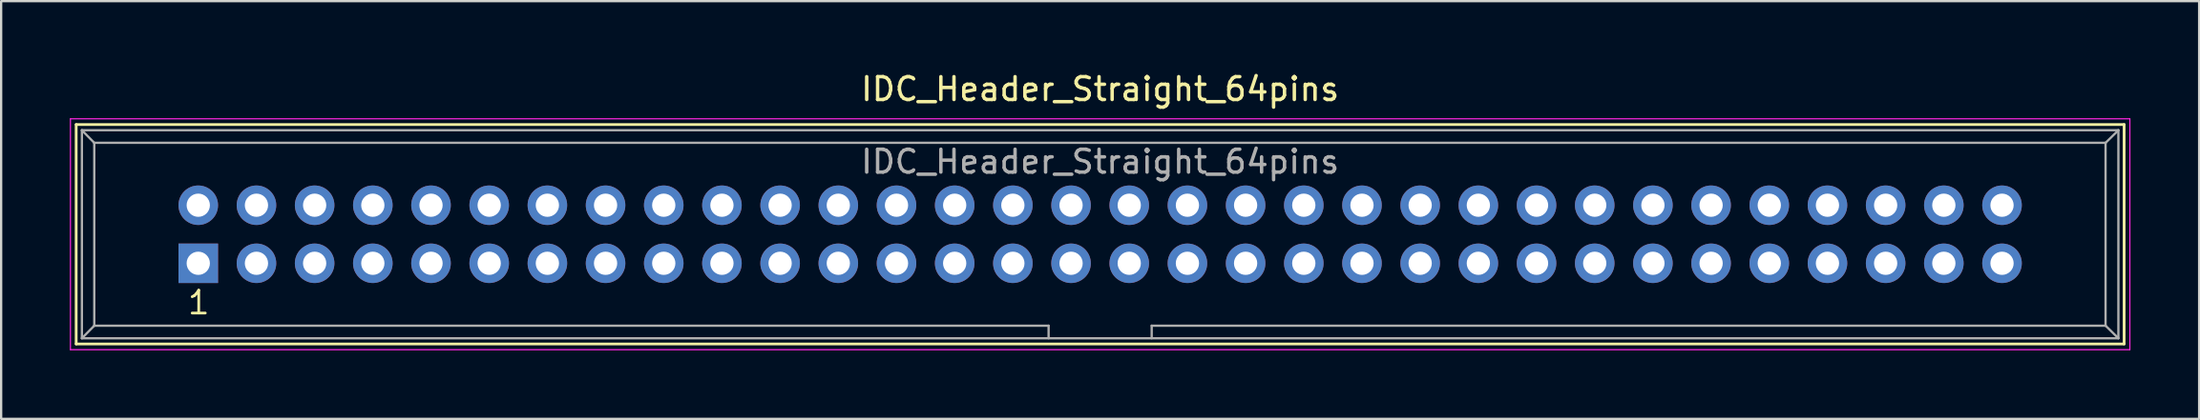
<source format=kicad_pcb>
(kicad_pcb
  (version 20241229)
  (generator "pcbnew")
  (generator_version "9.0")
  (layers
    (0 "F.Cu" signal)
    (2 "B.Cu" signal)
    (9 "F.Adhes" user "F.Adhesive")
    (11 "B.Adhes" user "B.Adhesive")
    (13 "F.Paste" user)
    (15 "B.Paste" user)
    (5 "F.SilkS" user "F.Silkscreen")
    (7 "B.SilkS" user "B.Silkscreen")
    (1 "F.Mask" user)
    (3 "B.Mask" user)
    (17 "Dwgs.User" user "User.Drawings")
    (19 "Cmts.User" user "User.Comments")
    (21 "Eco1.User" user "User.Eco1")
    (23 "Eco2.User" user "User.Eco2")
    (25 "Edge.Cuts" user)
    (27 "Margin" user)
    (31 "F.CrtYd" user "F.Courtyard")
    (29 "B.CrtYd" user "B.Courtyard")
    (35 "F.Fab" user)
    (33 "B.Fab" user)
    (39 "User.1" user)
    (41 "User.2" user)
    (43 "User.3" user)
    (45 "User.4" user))
  (footprint "IDC_Header_Straight_64pins"
    (layer "F.Cu")
    (at 5.605 8.468)
    (property "Reference" "IDC_Header_Straight_64pins" (at 39.37 -7.62 0) (layer "F.SilkS") (effects (font (size 1 1) (thickness 0.15))))
    (attr through_hole)
    (fp_line (start -5.33 -6.07) (end 84.07 -6.07) (stroke (width 0.12) (type solid)) (layer "F.SilkS"))
    (fp_line (start -5.33 3.53) (end -5.33 -6.07) (stroke (width 0.12) (type solid)) (layer "F.SilkS"))
    (fp_line (start 84.07 -6.07) (end 84.07 3.53) (stroke (width 0.12) (type solid)) (layer "F.SilkS"))
    (fp_line (start 84.07 3.53) (end -5.33 3.53) (stroke (width 0.12) (type solid)) (layer "F.SilkS"))
    (fp_line (start -5.58 -6.32) (end 84.32 -6.32) (stroke (width 0.05) (type solid)) (layer "F.CrtYd"))
    (fp_line (start -5.58 3.78) (end -5.58 -6.32) (stroke (width 0.05) (type solid)) (layer "F.CrtYd"))
    (fp_line (start 84.32 -6.32) (end 84.32 3.78) (stroke (width 0.05) (type solid)) (layer "F.CrtYd"))
    (fp_line (start 84.32 3.78) (end -5.58 3.78) (stroke (width 0.05) (type solid)) (layer "F.CrtYd"))
    (fp_line (start -5.08 -5.82) (end -5.08 3.28) (stroke (width 0.1) (type solid)) (layer "F.Fab"))
    (fp_line (start -5.08 -5.82) (end -4.54 -5.27) (stroke (width 0.1) (type solid)) (layer "F.Fab"))
    (fp_line (start -5.08 -5.82) (end 83.82 -5.82) (stroke (width 0.1) (type solid)) (layer "F.Fab"))
    (fp_line (start -5.08 3.28) (end -4.54 2.73) (stroke (width 0.1) (type solid)) (layer "F.Fab"))
    (fp_line (start -5.08 3.28) (end 83.82 3.28) (stroke (width 0.1) (type solid)) (layer "F.Fab"))
    (fp_line (start -4.54 -5.27) (end -4.54 2.73) (stroke (width 0.1) (type solid)) (layer "F.Fab"))
    (fp_line (start -4.54 -5.27) (end 83.26 -5.27) (stroke (width 0.1) (type solid)) (layer "F.Fab"))
    (fp_line (start -4.54 2.73) (end 37.12 2.73) (stroke (width 0.1) (type solid)) (layer "F.Fab"))
    (fp_line (start 37.12 2.73) (end 37.12 3.28) (stroke (width 0.1) (type solid)) (layer "F.Fab"))
    (fp_line (start 41.62 2.73) (end 41.62 3.28) (stroke (width 0.1) (type solid)) (layer "F.Fab"))
    (fp_line (start 41.62 2.73) (end 83.26 2.73) (stroke (width 0.1) (type solid)) (layer "F.Fab"))
    (fp_line (start 83.26 -5.27) (end 83.26 2.73) (stroke (width 0.1) (type solid)) (layer "F.Fab"))
    (fp_line (start 83.82 -5.82) (end 83.26 -5.27) (stroke (width 0.1) (type solid)) (layer "F.Fab"))
    (fp_line (start 83.82 -5.82) (end 83.82 3.28) (stroke (width 0.1) (type solid)) (layer "F.Fab"))
    (fp_line (start 83.82 3.28) (end 83.26 2.73) (stroke (width 0.1) (type solid)) (layer "F.Fab"))
    (fp_text user "1" (at 0.02 1.72 0) (layer "F.SilkS") (effects (font (size 1 1) (thickness 0.12))))
    (fp_text user "${REFERENCE}" (at 39.37 -4.445 0) (layer "F.Fab") (effects (font (size 1 1) (thickness 0.15))))
    (pad "1" thru_hole rect (at 0 0) (size 1.727 1.727) (drill 1.016) (layers "*.Cu" "*.Mask"))
    (pad "2" thru_hole oval (at 0 -2.54) (size 1.727 1.727) (drill 1.016) (layers "*.Cu" "*.Mask"))
    (pad "3" thru_hole oval (at 2.54 0) (size 1.727 1.727) (drill 1.016) (layers "*.Cu" "*.Mask"))
    (pad "4" thru_hole oval (at 2.54 -2.54) (size 1.727 1.727) (drill 1.016) (layers "*.Cu" "*.Mask"))
    (pad "5" thru_hole oval (at 5.08 0) (size 1.727 1.727) (drill 1.016) (layers "*.Cu" "*.Mask"))
    (pad "6" thru_hole oval (at 5.08 -2.54) (size 1.727 1.727) (drill 1.016) (layers "*.Cu" "*.Mask"))
    (pad "7" thru_hole oval (at 7.62 0) (size 1.727 1.727) (drill 1.016) (layers "*.Cu" "*.Mask"))
    (pad "8" thru_hole oval (at 7.62 -2.54) (size 1.727 1.727) (drill 1.016) (layers "*.Cu" "*.Mask"))
    (pad "9" thru_hole oval (at 10.16 0) (size 1.727 1.727) (drill 1.016) (layers "*.Cu" "*.Mask"))
    (pad "10" thru_hole oval (at 10.16 -2.54) (size 1.727 1.727) (drill 1.016) (layers "*.Cu" "*.Mask"))
    (pad "11" thru_hole oval (at 12.7 0) (size 1.727 1.727) (drill 1.016) (layers "*.Cu" "*.Mask"))
    (pad "12" thru_hole oval (at 12.7 -2.54) (size 1.727 1.727) (drill 1.016) (layers "*.Cu" "*.Mask"))
    (pad "13" thru_hole oval (at 15.24 0) (size 1.727 1.727) (drill 1.016) (layers "*.Cu" "*.Mask"))
    (pad "14" thru_hole oval (at 15.24 -2.54) (size 1.727 1.727) (drill 1.016) (layers "*.Cu" "*.Mask"))
    (pad "15" thru_hole oval (at 17.78 0) (size 1.727 1.727) (drill 1.016) (layers "*.Cu" "*.Mask"))
    (pad "16" thru_hole oval (at 17.78 -2.54) (size 1.727 1.727) (drill 1.016) (layers "*.Cu" "*.Mask"))
    (pad "17" thru_hole oval (at 20.32 0) (size 1.727 1.727) (drill 1.016) (layers "*.Cu" "*.Mask"))
    (pad "18" thru_hole oval (at 20.32 -2.54) (size 1.727 1.727) (drill 1.016) (layers "*.Cu" "*.Mask"))
    (pad "19" thru_hole oval (at 22.86 0) (size 1.727 1.727) (drill 1.016) (layers "*.Cu" "*.Mask"))
    (pad "20" thru_hole oval (at 22.86 -2.54) (size 1.727 1.727) (drill 1.016) (layers "*.Cu" "*.Mask"))
    (pad "21" thru_hole oval (at 25.4 0) (size 1.727 1.727) (drill 1.016) (layers "*.Cu" "*.Mask"))
    (pad "22" thru_hole oval (at 25.4 -2.54) (size 1.727 1.727) (drill 1.016) (layers "*.Cu" "*.Mask"))
    (pad "23" thru_hole oval (at 27.94 0) (size 1.727 1.727) (drill 1.016) (layers "*.Cu" "*.Mask"))
    (pad "24" thru_hole oval (at 27.94 -2.54) (size 1.727 1.727) (drill 1.016) (layers "*.Cu" "*.Mask"))
    (pad "25" thru_hole oval (at 30.48 0) (size 1.727 1.727) (drill 1.016) (layers "*.Cu" "*.Mask"))
    (pad "26" thru_hole oval (at 30.48 -2.54) (size 1.727 1.727) (drill 1.016) (layers "*.Cu" "*.Mask"))
    (pad "27" thru_hole oval (at 33.02 0) (size 1.727 1.727) (drill 1.016) (layers "*.Cu" "*.Mask"))
    (pad "28" thru_hole oval (at 33.02 -2.54) (size 1.727 1.727) (drill 1.016) (layers "*.Cu" "*.Mask"))
    (pad "29" thru_hole oval (at 35.56 0) (size 1.727 1.727) (drill 1.016) (layers "*.Cu" "*.Mask"))
    (pad "30" thru_hole oval (at 35.56 -2.54) (size 1.727 1.727) (drill 1.016) (layers "*.Cu" "*.Mask"))
    (pad "31" thru_hole oval (at 38.1 0) (size 1.727 1.727) (drill 1.016) (layers "*.Cu" "*.Mask"))
    (pad "32" thru_hole oval (at 38.1 -2.54) (size 1.727 1.727) (drill 1.016) (layers "*.Cu" "*.Mask"))
    (pad "33" thru_hole oval (at 40.64 0) (size 1.727 1.727) (drill 1.016) (layers "*.Cu" "*.Mask"))
    (pad "34" thru_hole oval (at 40.64 -2.54) (size 1.727 1.727) (drill 1.016) (layers "*.Cu" "*.Mask"))
    (pad "35" thru_hole oval (at 43.18 0) (size 1.727 1.727) (drill 1.016) (layers "*.Cu" "*.Mask"))
    (pad "36" thru_hole oval (at 43.18 -2.54) (size 1.727 1.727) (drill 1.016) (layers "*.Cu" "*.Mask"))
    (pad "37" thru_hole oval (at 45.72 0) (size 1.727 1.727) (drill 1.016) (layers "*.Cu" "*.Mask"))
    (pad "38" thru_hole oval (at 45.72 -2.54) (size 1.727 1.727) (drill 1.016) (layers "*.Cu" "*.Mask"))
    (pad "39" thru_hole oval (at 48.26 0) (size 1.727 1.727) (drill 1.016) (layers "*.Cu" "*.Mask"))
    (pad "40" thru_hole oval (at 48.26 -2.54) (size 1.727 1.727) (drill 1.016) (layers "*.Cu" "*.Mask"))
    (pad "41" thru_hole oval (at 50.8 0) (size 1.727 1.727) (drill 1.016) (layers "*.Cu" "*.Mask"))
    (pad "42" thru_hole oval (at 50.8 -2.54) (size 1.727 1.727) (drill 1.016) (layers "*.Cu" "*.Mask"))
    (pad "43" thru_hole oval (at 53.34 0) (size 1.727 1.727) (drill 1.016) (layers "*.Cu" "*.Mask"))
    (pad "44" thru_hole oval (at 53.34 -2.54) (size 1.727 1.727) (drill 1.016) (layers "*.Cu" "*.Mask"))
    (pad "45" thru_hole oval (at 55.88 0) (size 1.727 1.727) (drill 1.016) (layers "*.Cu" "*.Mask"))
    (pad "46" thru_hole oval (at 55.88 -2.54) (size 1.727 1.727) (drill 1.016) (layers "*.Cu" "*.Mask"))
    (pad "47" thru_hole oval (at 58.42 0) (size 1.727 1.727) (drill 1.016) (layers "*.Cu" "*.Mask"))
    (pad "48" thru_hole oval (at 58.42 -2.54) (size 1.727 1.727) (drill 1.016) (layers "*.Cu" "*.Mask"))
    (pad "49" thru_hole oval (at 60.96 0) (size 1.727 1.727) (drill 1.016) (layers "*.Cu" "*.Mask"))
    (pad "50" thru_hole oval (at 60.96 -2.54) (size 1.727 1.727) (drill 1.016) (layers "*.Cu" "*.Mask"))
    (pad "51" thru_hole oval (at 63.5 0) (size 1.727 1.727) (drill 1.016) (layers "*.Cu" "*.Mask"))
    (pad "52" thru_hole oval (at 63.5 -2.54) (size 1.727 1.727) (drill 1.016) (layers "*.Cu" "*.Mask"))
    (pad "53" thru_hole oval (at 66.04 0) (size 1.727 1.727) (drill 1.016) (layers "*.Cu" "*.Mask"))
    (pad "54" thru_hole oval (at 66.04 -2.54) (size 1.727 1.727) (drill 1.016) (layers "*.Cu" "*.Mask"))
    (pad "55" thru_hole oval (at 68.58 0) (size 1.727 1.727) (drill 1.016) (layers "*.Cu" "*.Mask"))
    (pad "56" thru_hole oval (at 68.58 -2.54) (size 1.727 1.727) (drill 1.016) (layers "*.Cu" "*.Mask"))
    (pad "57" thru_hole oval (at 71.12 0) (size 1.727 1.727) (drill 1.016) (layers "*.Cu" "*.Mask"))
    (pad "58" thru_hole oval (at 71.12 -2.54) (size 1.727 1.727) (drill 1.016) (layers "*.Cu" "*.Mask"))
    (pad "59" thru_hole oval (at 73.66 0) (size 1.727 1.727) (drill 1.016) (layers "*.Cu" "*.Mask"))
    (pad "60" thru_hole oval (at 73.66 -2.54) (size 1.727 1.727) (drill 1.016) (layers "*.Cu" "*.Mask"))
    (pad "61" thru_hole oval (at 76.2 0) (size 1.727 1.727) (drill 1.016) (layers "*.Cu" "*.Mask"))
    (pad "62" thru_hole oval (at 76.2 -2.54) (size 1.727 1.727) (drill 1.016) (layers "*.Cu" "*.Mask"))
    (pad "63" thru_hole oval (at 78.74 0) (size 1.727 1.727) (drill 1.016) (layers "*.Cu" "*.Mask"))
    (pad "64" thru_hole oval (at 78.74 -2.54) (size 1.727 1.727) (drill 1.016) (layers "*.Cu" "*.Mask")))
  (gr_rect
    (start -3 -3)
    (end 92.95 15.273)
    (stroke (width 0.1) (type default))
    (fill no)
    (layer "Edge.Cuts")))
</source>
